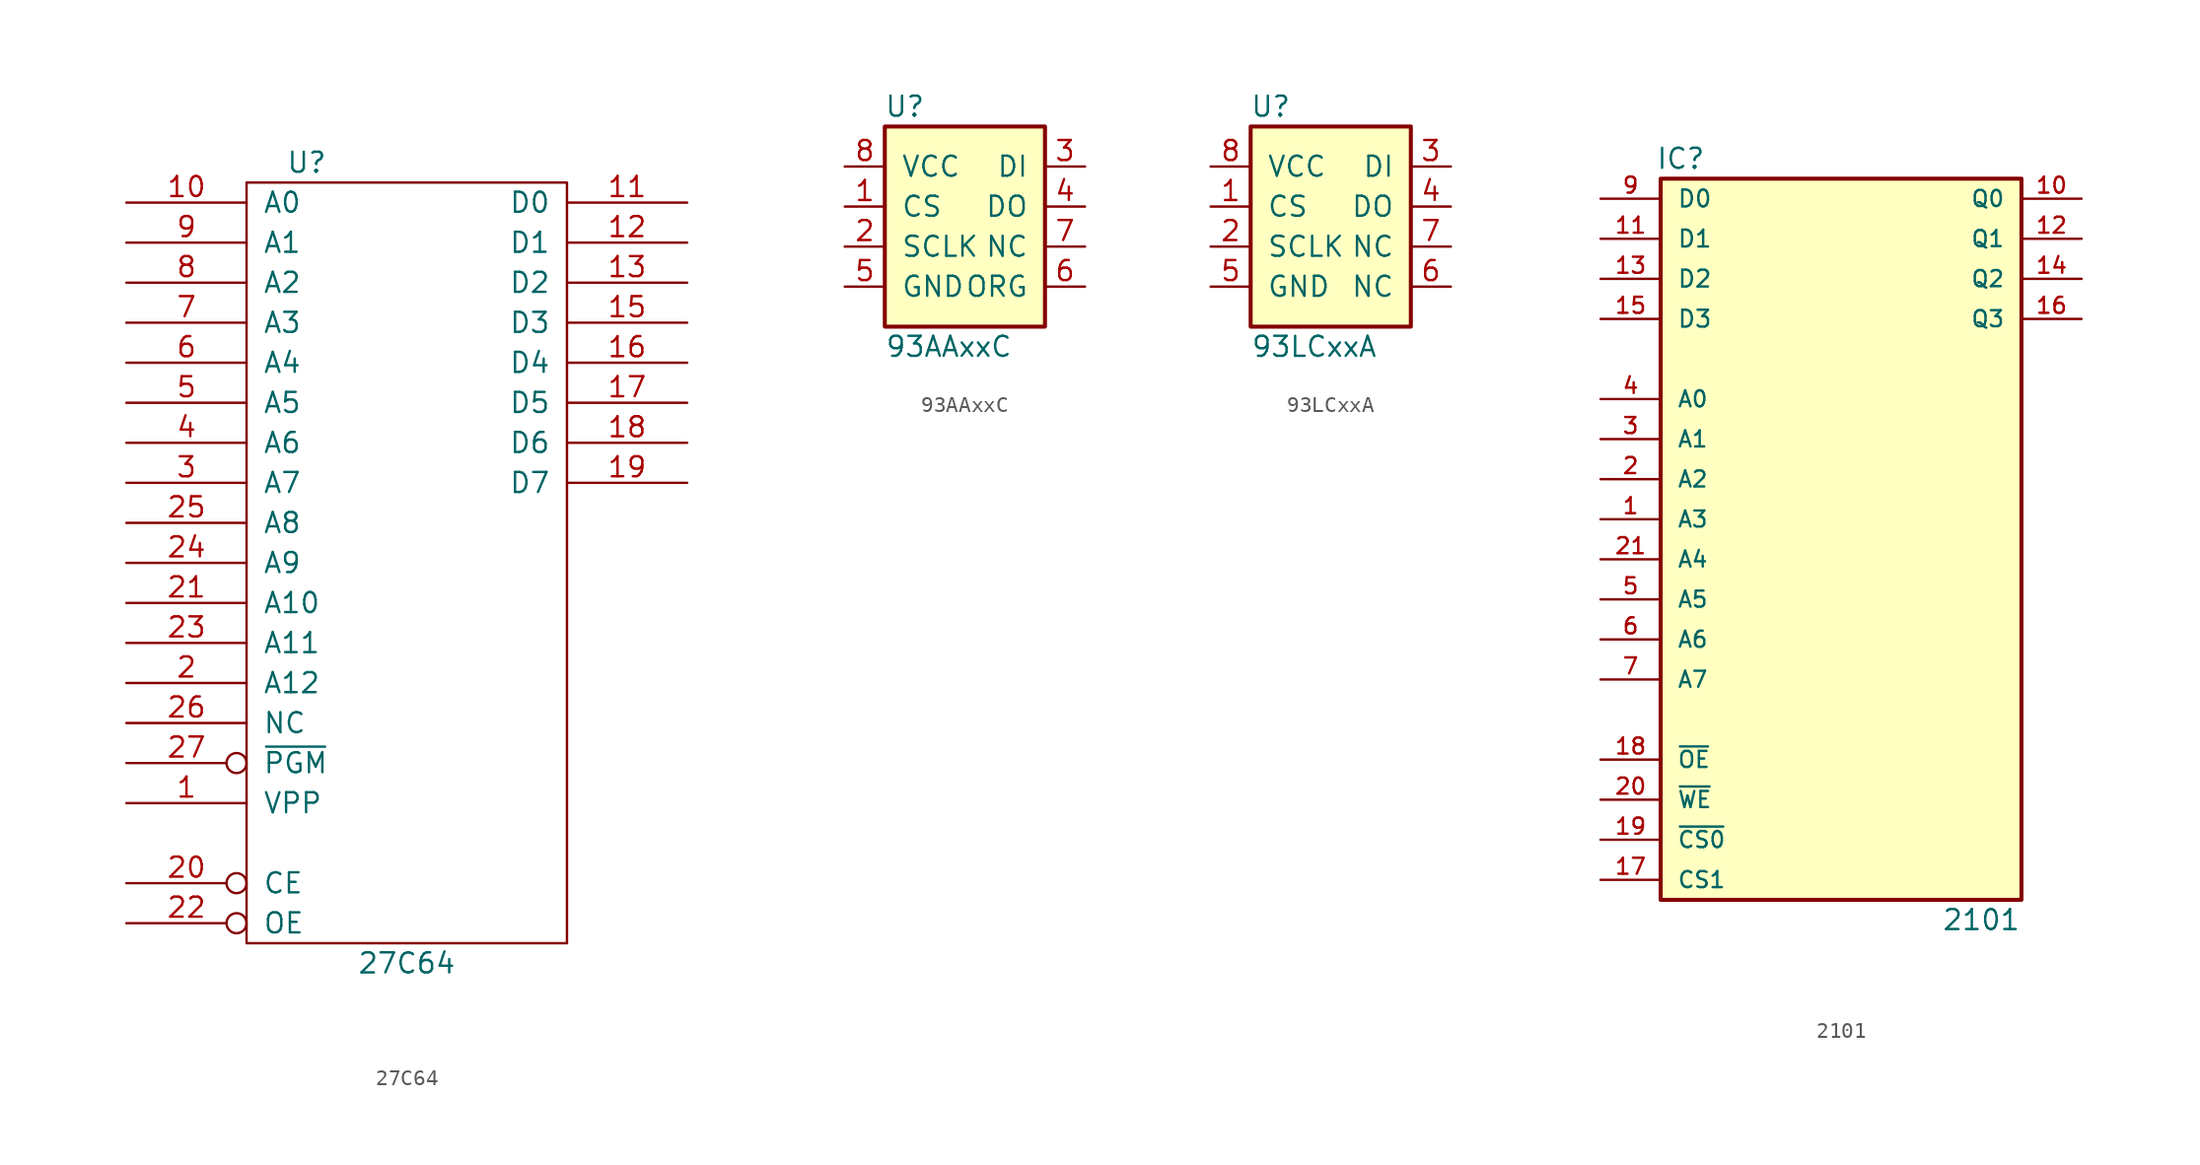
<source format=kicad_sym>
(kicad_symbol_lib
  (version 20231120)
  (generator "kicad_symbol_editor")
  (generator_version "8.0")
  (symbol "27C64"
    (pin_names
      (offset 1.016))
    (property "Reference" "U"
      (at -6.35 25.4 0)
      (effects (font (size 1.27 1.27))))
    (property "Value" "27C64"
      (at 0 -25.4 0)
      (effects (font (size 1.27 1.27))))
    (property "Footprint" ""
      (at 0 0 0)
      (effects (font (size 1.27 1.27))))
    (property "Datasheet" ""
      (at 0 0 0)
      (effects (font (size 1.27 1.27))))
    (symbol "27C64_0_0"
      (pin power_in line (at 0 -25.4 90) (length 1.27) hide (name "GND" (effects (font (size 1.27 1.27)))) (number "14" (effects (font (size 1.27 1.27)))))
      (pin power_in line (at 0 25.4 270) (length 1.27) hide (name "VCC" (effects (font (size 1.27 1.27)))) (number "28" (effects (font (size 1.27 1.27))))))
    (symbol "27C64_0_1"
      (rectangle (start -10.16 24.13) (end 10.16 -24.13) (stroke (width 0) (type solid)) (fill (type none))))
    (symbol "27C64_1_1"
      (pin input line (at -17.78 -15.24 0) (length 7.62) (name "VPP" (effects (font (size 1.27 1.27)))) (number "1" (effects (font (size 1.27 1.27)))))
      (pin input line (at -17.78 22.86 0) (length 7.62) (name "A0" (effects (font (size 1.27 1.27)))) (number "10" (effects (font (size 1.27 1.27)))))
      (pin tri_state line (at 17.78 22.86 180) (length 7.62) (name "D0" (effects (font (size 1.27 1.27)))) (number "11" (effects (font (size 1.27 1.27)))))
      (pin tri_state line (at 17.78 20.32 180) (length 7.62) (name "D1" (effects (font (size 1.27 1.27)))) (number "12" (effects (font (size 1.27 1.27)))))
      (pin tri_state line (at 17.78 17.78 180) (length 7.62) (name "D2" (effects (font (size 1.27 1.27)))) (number "13" (effects (font (size 1.27 1.27)))))
      (pin tri_state line (at 17.78 15.24 180) (length 7.62) (name "D3" (effects (font (size 1.27 1.27)))) (number "15" (effects (font (size 1.27 1.27)))))
      (pin tri_state line (at 17.78 12.7 180) (length 7.62) (name "D4" (effects (font (size 1.27 1.27)))) (number "16" (effects (font (size 1.27 1.27)))))
      (pin tri_state line (at 17.78 10.16 180) (length 7.62) (name "D5" (effects (font (size 1.27 1.27)))) (number "17" (effects (font (size 1.27 1.27)))))
      (pin tri_state line (at 17.78 7.62 180) (length 7.62) (name "D6" (effects (font (size 1.27 1.27)))) (number "18" (effects (font (size 1.27 1.27)))))
      (pin tri_state line (at 17.78 5.08 180) (length 7.62) (name "D7" (effects (font (size 1.27 1.27)))) (number "19" (effects (font (size 1.27 1.27)))))
      (pin input line (at -17.78 -7.62 0) (length 7.62) (name "A12" (effects (font (size 1.27 1.27)))) (number "2" (effects (font (size 1.27 1.27)))))
      (pin input inverted (at -17.78 -20.32 0) (length 7.62) (name "CE" (effects (font (size 1.27 1.27)))) (number "20" (effects (font (size 1.27 1.27)))))
      (pin input line (at -17.78 -2.54 0) (length 7.62) (name "A10" (effects (font (size 1.27 1.27)))) (number "21" (effects (font (size 1.27 1.27)))))
      (pin input inverted (at -17.78 -22.86 0) (length 7.62) (name "OE" (effects (font (size 1.27 1.27)))) (number "22" (effects (font (size 1.27 1.27)))))
      (pin input line (at -17.78 -5.08 0) (length 7.62) (name "A11" (effects (font (size 1.27 1.27)))) (number "23" (effects (font (size 1.27 1.27)))))
      (pin input line (at -17.78 0 0) (length 7.62) (name "A9" (effects (font (size 1.27 1.27)))) (number "24" (effects (font (size 1.27 1.27)))))
      (pin input line (at -17.78 2.54 0) (length 7.62) (name "A8" (effects (font (size 1.27 1.27)))) (number "25" (effects (font (size 1.27 1.27)))))
      (pin input line (at -17.78 -10.16 0) (length 7.62) (name "NC" (effects (font (size 1.27 1.27)))) (number "26" (effects (font (size 1.27 1.27)))))
      (pin input inverted (at -17.78 -12.7 0) (length 7.62) (name "~{PGM}" (effects (font (size 1.27 1.27)))) (number "27" (effects (font (size 1.27 1.27)))))
      (pin input line (at -17.78 5.08 0) (length 7.62) (name "A7" (effects (font (size 1.27 1.27)))) (number "3" (effects (font (size 1.27 1.27)))))
      (pin input line (at -17.78 7.62 0) (length 7.62) (name "A6" (effects (font (size 1.27 1.27)))) (number "4" (effects (font (size 1.27 1.27)))))
      (pin input line (at -17.78 10.16 0) (length 7.62) (name "A5" (effects (font (size 1.27 1.27)))) (number "5" (effects (font (size 1.27 1.27)))))
      (pin input line (at -17.78 12.7 0) (length 7.62) (name "A4" (effects (font (size 1.27 1.27)))) (number "6" (effects (font (size 1.27 1.27)))))
      (pin input line (at -17.78 15.24 0) (length 7.62) (name "A3" (effects (font (size 1.27 1.27)))) (number "7" (effects (font (size 1.27 1.27)))))
      (pin input line (at -17.78 17.78 0) (length 7.62) (name "A2" (effects (font (size 1.27 1.27)))) (number "8" (effects (font (size 1.27 1.27)))))
      (pin input line (at -17.78 20.32 0) (length 7.62) (name "A1" (effects (font (size 1.27 1.27)))) (number "9" (effects (font (size 1.27 1.27)))))))
  (symbol "93AAxxC"
    (pin_names
      (offset 1.016))
    (property "Reference" "U"
      (at -3.81 8.89 0)
      (effects (font (size 1.27 1.27))))
    (property "Value" "93AAxxC"
      (at -5.08 -6.35 0)
      (effects (font (size 1.27 1.27)) (justify left)))
    (property "Footprint" ""
      (at -2.54 0 0)
      (effects (font (size 1.27 1.27))))
    (property "Datasheet" ""
      (at 0 2.54 0)
      (effects (font (size 1.27 1.27))))
    (symbol "93AAxxC_0_1"
      (rectangle (start -5.08 -5.08) (end 5.08 7.62) (stroke (width 0.254) (type solid)) (fill (type background))))
    (symbol "93AAxxC_1_1"
      (pin input line (at -7.62 2.54 0) (length 2.54) (name "CS" (effects (font (size 1.27 1.27)))) (number "1" (effects (font (size 1.27 1.27)))))
      (pin input line (at -7.62 0 0) (length 2.54) (name "SCLK" (effects (font (size 1.27 1.27)))) (number "2" (effects (font (size 1.27 1.27)))))
      (pin input line (at 7.62 5.08 180) (length 2.54) (name "DI" (effects (font (size 1.27 1.27)))) (number "3" (effects (font (size 1.27 1.27)))))
      (pin tri_state line (at 7.62 2.54 180) (length 2.54) (name "DO" (effects (font (size 1.27 1.27)))) (number "4" (effects (font (size 1.27 1.27)))))
      (pin power_in line (at -7.62 -2.54 0) (length 2.54) (name "GND" (effects (font (size 1.27 1.27)))) (number "5" (effects (font (size 1.27 1.27)))))
      (pin input line (at 7.62 -2.54 180) (length 2.54) (name "ORG" (effects (font (size 1.27 1.27)))) (number "6" (effects (font (size 1.27 1.27)))))
      (pin input line (at 7.62 0 180) (length 2.54) (name "NC" (effects (font (size 1.27 1.27)))) (number "7" (effects (font (size 1.27 1.27)))))
      (pin power_in line (at -7.62 5.08 0) (length 2.54) (name "VCC" (effects (font (size 1.27 1.27)))) (number "8" (effects (font (size 1.27 1.27)))))))
  (symbol "93LCxxA"
    (pin_names
      (offset 1.016))
    (property "Reference" "U"
      (at -3.81 8.89 0)
      (effects (font (size 1.27 1.27))))
    (property "Value" "93LCxxA"
      (at -5.08 -6.35 0)
      (effects (font (size 1.27 1.27)) (justify left)))
    (property "Footprint" ""
      (at -2.54 0 0)
      (effects (font (size 1.27 1.27))))
    (property "Datasheet" ""
      (at 0 2.54 0)
      (effects (font (size 1.27 1.27))))
    (symbol "93LCxxA_0_1"
      (rectangle (start -5.08 -5.08) (end 5.08 7.62) (stroke (width 0.254) (type solid)) (fill (type background))))
    (symbol "93LCxxA_1_1"
      (pin input line (at -7.62 2.54 0) (length 2.54) (name "CS" (effects (font (size 1.27 1.27)))) (number "1" (effects (font (size 1.27 1.27)))))
      (pin input line (at -7.62 0 0) (length 2.54) (name "SCLK" (effects (font (size 1.27 1.27)))) (number "2" (effects (font (size 1.27 1.27)))))
      (pin input line (at 7.62 5.08 180) (length 2.54) (name "DI" (effects (font (size 1.27 1.27)))) (number "3" (effects (font (size 1.27 1.27)))))
      (pin tri_state line (at 7.62 2.54 180) (length 2.54) (name "DO" (effects (font (size 1.27 1.27)))) (number "4" (effects (font (size 1.27 1.27)))))
      (pin power_in line (at -7.62 -2.54 0) (length 2.54) (name "GND" (effects (font (size 1.27 1.27)))) (number "5" (effects (font (size 1.27 1.27)))))
      (pin input line (at 7.62 -2.54 180) (length 2.54) (name "NC" (effects (font (size 1.27 1.27)))) (number "6" (effects (font (size 1.27 1.27)))))
      (pin input line (at 7.62 0 180) (length 2.54) (name "NC" (effects (font (size 1.27 1.27)))) (number "7" (effects (font (size 1.27 1.27)))))
      (pin power_in line (at -7.62 5.08 0) (length 2.54) (name "VCC" (effects (font (size 1.27 1.27)))) (number "8" (effects (font (size 1.27 1.27)))))))
  (symbol "2101"
    (pin_names
      (offset 1.016))
    (property "Reference" "IC"
      (at -10.16 24.13 0)
      (effects (font (size 1.27 1.27))))
    (property "Value" "2101"
      (at 8.89 -24.13 0)
      (effects (font (size 1.27 1.27))))
    (property "Footprint" ""
      (at 0 0 0)
      (effects (font (size 1.27 1.27))))
    (property "Datasheet" ""
      (at 0 0 0)
      (effects (font (size 1.27 1.27))))
    (symbol "2101_0_0"
      (pin power_in line (at 0 24.13 270) (length 1.27) hide (name "VCC" (effects (font (size 1.016 1.016)))) (number "22" (effects (font (size 1.016 1.016)))))
      (pin power_in line (at 0 -24.13 90) (length 1.27) hide (name "GND" (effects (font (size 1.016 1.016)))) (number "8" (effects (font (size 1.016 1.016))))))
    (symbol "2101_0_1"
      (rectangle (start -11.43 22.86) (end 11.43 -22.86) (stroke (width 0.254) (type solid)) (fill (type background))))
    (symbol "2101_1_1"
      (pin input line (at -15.24 1.27 0) (length 3.81) (name "A3" (effects (font (size 1.016 1.016)))) (number "1" (effects (font (size 1.016 1.016)))))
      (pin tri_state line (at 15.24 21.59 180) (length 3.81) (name "Q0" (effects (font (size 1.016 1.016)))) (number "10" (effects (font (size 1.016 1.016)))))
      (pin input line (at -15.24 19.05 0) (length 3.81) (name "D1" (effects (font (size 1.067 1.067)))) (number "11" (effects (font (size 1.016 1.016)))))
      (pin tri_state line (at 15.24 19.05 180) (length 3.81) (name "Q1" (effects (font (size 1.016 1.016)))) (number "12" (effects (font (size 1.016 1.016)))))
      (pin input line (at -15.24 16.51 0) (length 3.81) (name "D2" (effects (font (size 1.067 1.067)))) (number "13" (effects (font (size 1.016 1.016)))))
      (pin tri_state line (at 15.24 16.51 180) (length 3.81) (name "Q2" (effects (font (size 1.016 1.016)))) (number "14" (effects (font (size 1.016 1.016)))))
      (pin input line (at -15.24 13.97 0) (length 3.81) (name "D3" (effects (font (size 1.067 1.067)))) (number "15" (effects (font (size 1.016 1.016)))))
      (pin tri_state line (at 15.24 13.97 180) (length 3.81) (name "Q3" (effects (font (size 1.016 1.016)))) (number "16" (effects (font (size 1.016 1.016)))))
      (pin input line (at -15.24 -21.59 0) (length 3.81) (name "CS1" (effects (font (size 1.016 1.016)))) (number "17" (effects (font (size 1.016 1.016)))))
      (pin input line (at -15.24 -13.97 0) (length 3.81) (name "~{OE}" (effects (font (size 1.016 1.016)))) (number "18" (effects (font (size 1.016 1.016)))))
      (pin input line (at -15.24 -19.05 0) (length 3.81) (name "~{CS0}" (effects (font (size 1.016 1.016)))) (number "19" (effects (font (size 1.016 1.016)))))
      (pin input line (at -15.24 3.81 0) (length 3.81) (name "A2" (effects (font (size 1.016 1.016)))) (number "2" (effects (font (size 1.016 1.016)))))
      (pin input line (at -15.24 -16.51 0) (length 3.81) (name "~{WE}" (effects (font (size 1.016 1.016)))) (number "20" (effects (font (size 1.016 1.016)))))
      (pin input line (at -15.24 -1.27 0) (length 3.81) (name "A4" (effects (font (size 1.016 1.016)))) (number "21" (effects (font (size 1.016 1.016)))))
      (pin input line (at -15.24 6.35 0) (length 3.81) (name "A1" (effects (font (size 1.016 1.016)))) (number "3" (effects (font (size 1.016 1.016)))))
      (pin input line (at -15.24 8.89 0) (length 3.81) (name "A0" (effects (font (size 1.016 1.016)))) (number "4" (effects (font (size 1.016 1.016)))))
      (pin input line (at -15.24 -3.81 0) (length 3.81) (name "A5" (effects (font (size 1.016 1.016)))) (number "5" (effects (font (size 1.016 1.016)))))
      (pin input line (at -15.24 -6.35 0) (length 3.81) (name "A6" (effects (font (size 1.016 1.016)))) (number "6" (effects (font (size 1.016 1.016)))))
      (pin input line (at -15.24 -8.89 0) (length 3.81) (name "A7" (effects (font (size 1.016 1.016)))) (number "7" (effects (font (size 1.016 1.016)))))
      (pin input line (at -15.24 21.59 0) (length 3.81) (name "D0" (effects (font (size 1.067 1.067)))) (number "9" (effects (font (size 1.016 1.016))))))))
</source>
